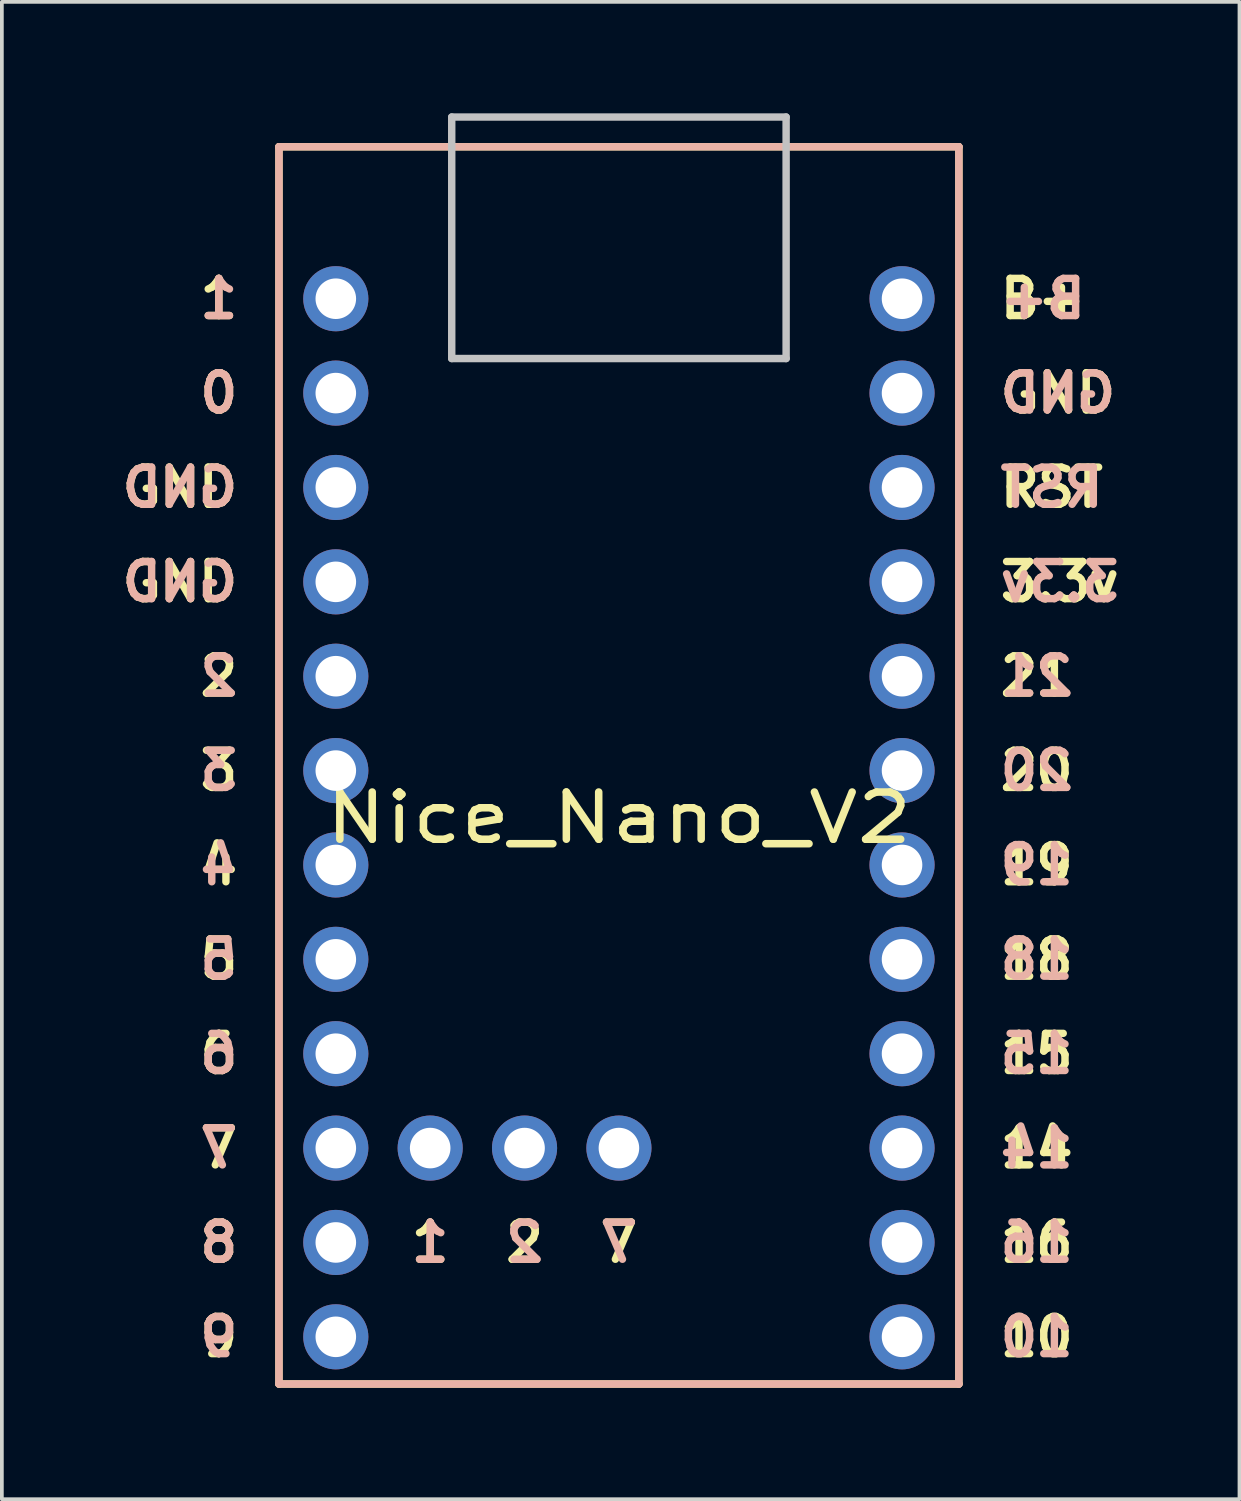
<source format=kicad_pcb>
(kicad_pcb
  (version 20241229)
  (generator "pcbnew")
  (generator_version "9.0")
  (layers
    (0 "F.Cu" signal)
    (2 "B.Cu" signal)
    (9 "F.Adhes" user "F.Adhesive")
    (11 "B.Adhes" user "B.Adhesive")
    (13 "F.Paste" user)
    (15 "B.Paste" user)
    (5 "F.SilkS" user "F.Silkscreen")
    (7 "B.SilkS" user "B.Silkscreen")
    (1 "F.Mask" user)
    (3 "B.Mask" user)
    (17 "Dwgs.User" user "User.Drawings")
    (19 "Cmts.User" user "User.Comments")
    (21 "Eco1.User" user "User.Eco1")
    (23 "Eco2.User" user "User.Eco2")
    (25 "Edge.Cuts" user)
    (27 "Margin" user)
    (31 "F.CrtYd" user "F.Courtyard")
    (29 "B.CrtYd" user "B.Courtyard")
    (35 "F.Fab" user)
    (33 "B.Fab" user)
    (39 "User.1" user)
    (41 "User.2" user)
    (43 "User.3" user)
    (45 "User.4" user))
  (footprint "Nice_Nano_V2"
    (layer "F.Cu")
    (at 13.608 18.68)
    (property "Reference" "Nice_Nano_V2" (at 0 0.28 0) (layer "F.SilkS") (effects (font (size 1.27 1.524) (thickness 0.203))))
    (attr through_hole)
    (fp_line (start -9.15 -17.78) (end -9.15 15.52) (stroke (width 0.2) (type default)) (layer "F.SilkS"))
    (fp_line (start 9.15 -17.78) (end -9.15 -17.78) (stroke (width 0.2) (type solid)) (layer "F.SilkS"))
    (fp_line (start 9.15 -17.78) (end 9.15 15.52) (stroke (width 0.2) (type default)) (layer "F.SilkS"))
    (fp_line (start 9.15 15.52) (end -9.15 15.52) (stroke (width 0.2) (type solid)) (layer "F.SilkS"))
    (fp_line (start -9.15 15.52) (end -9.15 -17.78) (stroke (width 0.2) (type default)) (layer "B.SilkS"))
    (fp_line (start 9.15 -17.78) (end -9.15 -17.78) (stroke (width 0.2) (type solid)) (layer "B.SilkS"))
    (fp_line (start 9.15 15.52) (end -9.15 15.52) (stroke (width 0.2) (type solid)) (layer "B.SilkS"))
    (fp_line (start 9.15 15.52) (end 9.15 -17.78) (stroke (width 0.2) (type default)) (layer "B.SilkS"))
    (fp_line (start -4.5 -18.58) (end -4.5 -12.08) (stroke (width 0.2) (type default)) (layer "Dwgs.User"))
    (fp_line (start -4.5 -18.58) (end 4.5 -18.58) (stroke (width 0.2) (type default)) (layer "Dwgs.User"))
    (fp_line (start -4.5 -12.08) (end 4.5 -12.08) (stroke (width 0.2) (type default)) (layer "Dwgs.User"))
    (fp_line (start 4.5 -18.58) (end 4.5 -12.08) (stroke (width 0.2) (type default)) (layer "Dwgs.User"))
    (fp_text user "GND" (at -10.16 -8.61 0) (unlocked yes) (layer "F.SilkS") (effects (font (size 1 1) (thickness 0.2) (bold yes)) (justify right)))
    (fp_text user "20" (at 10.16 -0.99 0) (unlocked yes) (layer "F.SilkS") (effects (font (size 1 1) (thickness 0.2) (bold yes)) (justify left)))
    (fp_text user "2" (at -2.54 11.71 0) (unlocked yes) (layer "F.SilkS") (effects (font (size 1 1) (thickness 0.2) (bold yes))))
    (fp_text user "B+" (at 10.16 -13.69 0) (unlocked yes) (layer "F.SilkS") (effects (font (size 1 1) (thickness 0.2) (bold yes)) (justify left)))
    (fp_text user "18" (at 10.16 4.09 0) (unlocked yes) (layer "F.SilkS") (effects (font (size 1 1) (thickness 0.2) (bold yes)) (justify left)))
    (fp_text user "1" (at -5.08 11.71 0) (unlocked yes) (layer "F.SilkS") (effects (font (size 1 1) (thickness 0.2) (bold yes))))
    (fp_text user "16" (at 10.16 11.71 0) (unlocked yes) (layer "F.SilkS") (effects (font (size 1 1) (thickness 0.2) (bold yes)) (justify left)))
    (fp_text user "GND" (at -10.16 -6.07 0) (unlocked yes) (layer "F.SilkS") (effects (font (size 1 1) (thickness 0.2) (bold yes)) (justify right)))
    (fp_text user "21" (at 10.16 -3.53 0) (unlocked yes) (layer "F.SilkS") (effects (font (size 1 1) (thickness 0.2) (bold yes)) (justify left)))
    (fp_text user "0" (at -10.16 -11.15 0) (unlocked yes) (layer "F.SilkS") (effects (font (size 1 1) (thickness 0.2) (bold yes)) (justify right)))
    (fp_text user "7" (at 0 11.71 0) (unlocked yes) (layer "F.SilkS") (effects (font (size 1 1) (thickness 0.2) (bold yes))))
    (fp_text user "15" (at 10.16 6.63 0) (unlocked yes) (layer "F.SilkS") (effects (font (size 1 1) (thickness 0.2) (bold yes)) (justify left)))
    (fp_text user "5" (at -10.16 4.09 0) (unlocked yes) (layer "F.SilkS") (effects (font (size 1 1) (thickness 0.2) (bold yes)) (justify right)))
    (fp_text user "RST" (at 10.16 -8.61 0) (unlocked yes) (layer "F.SilkS") (effects (font (size 1 1) (thickness 0.2) (bold yes)) (justify left)))
    (fp_text user "GND" (at 10.16 -11.15 0) (unlocked yes) (layer "F.SilkS") (effects (font (size 1 1) (thickness 0.2) (bold yes)) (justify left)))
    (fp_text user "10" (at 10.16 14.25 0) (unlocked yes) (layer "F.SilkS") (effects (font (size 1 1) (thickness 0.2) (bold yes)) (justify left)))
    (fp_text user "19" (at 10.16 1.55 0) (unlocked yes) (layer "F.SilkS") (effects (font (size 1 1) (thickness 0.2) (bold yes)) (justify left)))
    (fp_text user "6" (at -10.16 6.63 0) (unlocked yes) (layer "F.SilkS") (effects (font (size 1 1) (thickness 0.2) (bold yes)) (justify right)))
    (fp_text user "7" (at -10.16 9.17 0) (unlocked yes) (layer "F.SilkS") (effects (font (size 1 1) (thickness 0.2) (bold yes)) (justify right)))
    (fp_text user "3" (at -10.16 -0.99 0) (unlocked yes) (layer "F.SilkS") (effects (font (size 1 1) (thickness 0.2) (bold yes)) (justify right)))
    (fp_text user "1" (at -10.16 -13.69 0) (unlocked yes) (layer "F.SilkS") (effects (font (size 1 1) (thickness 0.2) (bold yes)) (justify right)))
    (fp_text user "3.3v" (at 10.16 -6.07 0) (unlocked yes) (layer "F.SilkS") (effects (font (size 1 1) (thickness 0.2) (bold yes)) (justify left)))
    (fp_text user "8" (at -10.16 11.71 0) (unlocked yes) (layer "F.SilkS") (effects (font (size 1 1) (thickness 0.2) (bold yes)) (justify right)))
    (fp_text user "14" (at 10.16 9.17 0) (unlocked yes) (layer "F.SilkS") (effects (font (size 1 1) (thickness 0.2) (bold yes)) (justify left)))
    (fp_text user "2" (at -10.16 -3.53 0) (unlocked yes) (layer "F.SilkS") (effects (font (size 1 1) (thickness 0.2) (bold yes)) (justify right)))
    (fp_text user "4" (at -10.16 1.55 0) (unlocked yes) (layer "F.SilkS") (effects (font (size 1 1) (thickness 0.2) (bold yes)) (justify right)))
    (fp_text user "9" (at -10.16 14.25 0) (unlocked yes) (layer "F.SilkS") (effects (font (size 1 1) (thickness 0.2) (bold yes)) (justify right)))
    (fp_text user "7" (at -10.16 9.17 0) (unlocked yes) (layer "B.SilkS") (effects (font (size 1 1) (thickness 0.2) (bold yes)) (justify left mirror)))
    (fp_text user "4" (at -10.16 1.55 0) (unlocked yes) (layer "B.SilkS") (effects (font (size 1 1) (thickness 0.2) (bold yes)) (justify left mirror)))
    (fp_text user "GND" (at -10.16 -8.61 0) (unlocked yes) (layer "B.SilkS") (effects (font (size 1 1) (thickness 0.2) (bold yes)) (justify left mirror)))
    (fp_text user "3.3v" (at 10.16 -6.07 0) (unlocked yes) (layer "B.SilkS") (effects (font (size 1 1) (thickness 0.2) (bold yes)) (justify right mirror)))
    (fp_text user "6" (at -10.16 6.63 0) (unlocked yes) (layer "B.SilkS") (effects (font (size 1 1) (thickness 0.2) (bold yes)) (justify left mirror)))
    (fp_text user "2" (at -2.54 11.71 0) (unlocked yes) (layer "B.SilkS") (effects (font (size 1 1) (thickness 0.2) (bold yes)) (justify mirror)))
    (fp_text user "2" (at -10.16 -3.53 0) (unlocked yes) (layer "B.SilkS") (effects (font (size 1 1) (thickness 0.2) (bold yes)) (justify left mirror)))
    (fp_text user "GND" (at 10.16 -11.15 0) (unlocked yes) (layer "B.SilkS") (effects (font (size 1 1) (thickness 0.2) (bold yes)) (justify right mirror)))
    (fp_text user "18" (at 10.16 4.09 0) (unlocked yes) (layer "B.SilkS") (effects (font (size 1 1) (thickness 0.2) (bold yes)) (justify right mirror)))
    (fp_text user "0" (at -10.16 -11.15 0) (unlocked yes) (layer "B.SilkS") (effects (font (size 1 1) (thickness 0.2) (bold yes)) (justify left mirror)))
    (fp_text user "1" (at -10.16 -13.69 0) (unlocked yes) (layer "B.SilkS") (effects (font (size 1 1) (thickness 0.2) (bold yes)) (justify left mirror)))
    (fp_text user "19" (at 10.16 1.55 0) (unlocked yes) (layer "B.SilkS") (effects (font (size 1 1) (thickness 0.2) (bold yes)) (justify right mirror)))
    (fp_text user "21" (at 10.16 -3.53 0) (unlocked yes) (layer "B.SilkS") (effects (font (size 1 1) (thickness 0.2) (bold yes)) (justify right mirror)))
    (fp_text user "B+" (at 10.16 -13.69 0) (unlocked yes) (layer "B.SilkS") (effects (font (size 1 1) (thickness 0.2) (bold yes)) (justify right mirror)))
    (fp_text user "3" (at -10.16 -0.99 0) (unlocked yes) (layer "B.SilkS") (effects (font (size 1 1) (thickness 0.2) (bold yes)) (justify left mirror)))
    (fp_text user "5" (at -10.16 4.09 0) (unlocked yes) (layer "B.SilkS") (effects (font (size 1 1) (thickness 0.2) (bold yes)) (justify left mirror)))
    (fp_text user "1" (at -5.08 11.71 0) (unlocked yes) (layer "B.SilkS") (effects (font (size 1 1) (thickness 0.2) (bold yes)) (justify mirror)))
    (fp_text user "15" (at 10.16 6.63 0) (unlocked yes) (layer "B.SilkS") (effects (font (size 1 1) (thickness 0.2) (bold yes)) (justify right mirror)))
    (fp_text user "9" (at -10.16 14.25 0) (unlocked yes) (layer "B.SilkS") (effects (font (size 1 1) (thickness 0.2) (bold yes)) (justify left mirror)))
    (fp_text user "16" (at 10.16 11.71 0) (unlocked yes) (layer "B.SilkS") (effects (font (size 1 1) (thickness 0.2) (bold yes)) (justify right mirror)))
    (fp_text user "8" (at -10.16 11.71 0) (unlocked yes) (layer "B.SilkS") (effects (font (size 1 1) (thickness 0.2) (bold yes)) (justify left mirror)))
    (fp_text user "14" (at 10.16 9.17 0) (unlocked yes) (layer "B.SilkS") (effects (font (size 1 1) (thickness 0.2) (bold yes)) (justify right mirror)))
    (fp_text user "7" (at 0 11.71 0) (unlocked yes) (layer "B.SilkS") (effects (font (size 1 1) (thickness 0.2) (bold yes)) (justify mirror)))
    (fp_text user "10" (at 10.16 14.25 0) (unlocked yes) (layer "B.SilkS") (effects (font (size 1 1) (thickness 0.2) (bold yes)) (justify right mirror)))
    (fp_text user "RST" (at 10.16 -8.61 0) (unlocked yes) (layer "B.SilkS") (effects (font (size 1 1) (thickness 0.2) (bold yes)) (justify right mirror)))
    (fp_text user "GND" (at -10.16 -6.07 0) (unlocked yes) (layer "B.SilkS") (effects (font (size 1 1) (thickness 0.2) (bold yes)) (justify left mirror)))
    (fp_text user "20" (at 10.16 -0.99 0) (unlocked yes) (layer "B.SilkS") (effects (font (size 1 1) (thickness 0.2) (bold yes)) (justify right mirror)))
    (pad "1" thru_hole circle (at -7.62 -13.69 270) (size 1.753 1.753) (drill 1.092) (layers "*.Cu" "*.Mask"))
    (pad "2" thru_hole circle (at -7.62 -11.15 270) (size 1.753 1.753) (drill 1.092) (layers "*.Cu" "*.Mask"))
    (pad "3" thru_hole circle (at -7.62 -8.61 270) (size 1.753 1.753) (drill 1.092) (layers "*.Cu" "*.Mask"))
    (pad "4" thru_hole circle (at -7.62 -6.07 270) (size 1.753 1.753) (drill 1.092) (layers "*.Cu" "*.Mask"))
    (pad "5" thru_hole circle (at -7.62 -3.53 270) (size 1.753 1.753) (drill 1.092) (layers "*.Cu" "*.Mask"))
    (pad "6" thru_hole circle (at -7.62 -0.99 270) (size 1.753 1.753) (drill 1.092) (layers "*.Cu" "*.Mask"))
    (pad "7" thru_hole circle (at -7.62 1.55 270) (size 1.753 1.753) (drill 1.092) (layers "*.Cu" "*.Mask"))
    (pad "8" thru_hole circle (at -7.62 4.09 270) (size 1.753 1.753) (drill 1.092) (layers "*.Cu" "*.Mask"))
    (pad "9" thru_hole circle (at -7.62 6.63 270) (size 1.753 1.753) (drill 1.092) (layers "*.Cu" "*.Mask"))
    (pad "10" thru_hole circle (at -7.62 9.17 270) (size 1.753 1.753) (drill 1.092) (layers "*.Cu" "*.Mask"))
    (pad "11" thru_hole circle (at -7.62 11.71 270) (size 1.753 1.753) (drill 1.092) (layers "*.Cu" "*.Mask"))
    (pad "12" thru_hole circle (at -7.62 14.25 270) (size 1.753 1.753) (drill 1.092) (layers "*.Cu" "*.Mask"))
    (pad "13" thru_hole circle (at 7.62 14.25 270) (size 1.753 1.753) (drill 1.092) (layers "*.Cu" "*.Mask"))
    (pad "14" thru_hole circle (at 7.62 11.71 270) (size 1.753 1.753) (drill 1.092) (layers "*.Cu" "*.Mask"))
    (pad "15" thru_hole circle (at 7.62 9.17 270) (size 1.753 1.753) (drill 1.092) (layers "*.Cu" "*.Mask"))
    (pad "16" thru_hole circle (at 7.62 6.63 270) (size 1.753 1.753) (drill 1.092) (layers "*.Cu" "*.Mask"))
    (pad "17" thru_hole circle (at 7.62 4.09 270) (size 1.753 1.753) (drill 1.092) (layers "*.Cu" "*.Mask"))
    (pad "18" thru_hole circle (at 7.62 1.55 270) (size 1.753 1.753) (drill 1.092) (layers "*.Cu" "*.Mask"))
    (pad "19" thru_hole circle (at 7.62 -0.99 270) (size 1.753 1.753) (drill 1.092) (layers "*.Cu" "*.Mask"))
    (pad "20" thru_hole circle (at 7.62 -3.53 270) (size 1.753 1.753) (drill 1.092) (layers "*.Cu" "*.Mask"))
    (pad "21" thru_hole circle (at 7.62 -6.07 270) (size 1.753 1.753) (drill 1.092) (layers "*.Cu" "*.Mask"))
    (pad "22" thru_hole circle (at 7.62 -8.61 270) (size 1.753 1.753) (drill 1.092) (layers "*.Cu" "*.Mask"))
    (pad "23" thru_hole circle (at 7.62 -11.15 270) (size 1.753 1.753) (drill 1.092) (layers "*.Cu" "*.Mask"))
    (pad "24" thru_hole circle (at 7.62 -13.69 270) (size 1.753 1.753) (drill 1.092) (layers "*.Cu" "*.Mask"))
    (pad "25" thru_hole circle (at -5.08 9.17) (size 1.753 1.753) (drill 1.092) (layers "*.Cu" "*.Mask"))
    (pad "26" thru_hole circle (at -2.54 9.17) (size 1.753 1.753) (drill 1.092) (layers "*.Cu" "*.Mask"))
    (pad "27" thru_hole circle (at 0 9.17) (size 1.753 1.753) (drill 1.092) (layers "*.Cu" "*.Mask")))
  (gr_rect
    (start -3 -3)
    (end 30.31 37.3)
    (stroke (width 0.1) (type default))
    (fill no)
    (layer "Edge.Cuts")))
</source>
